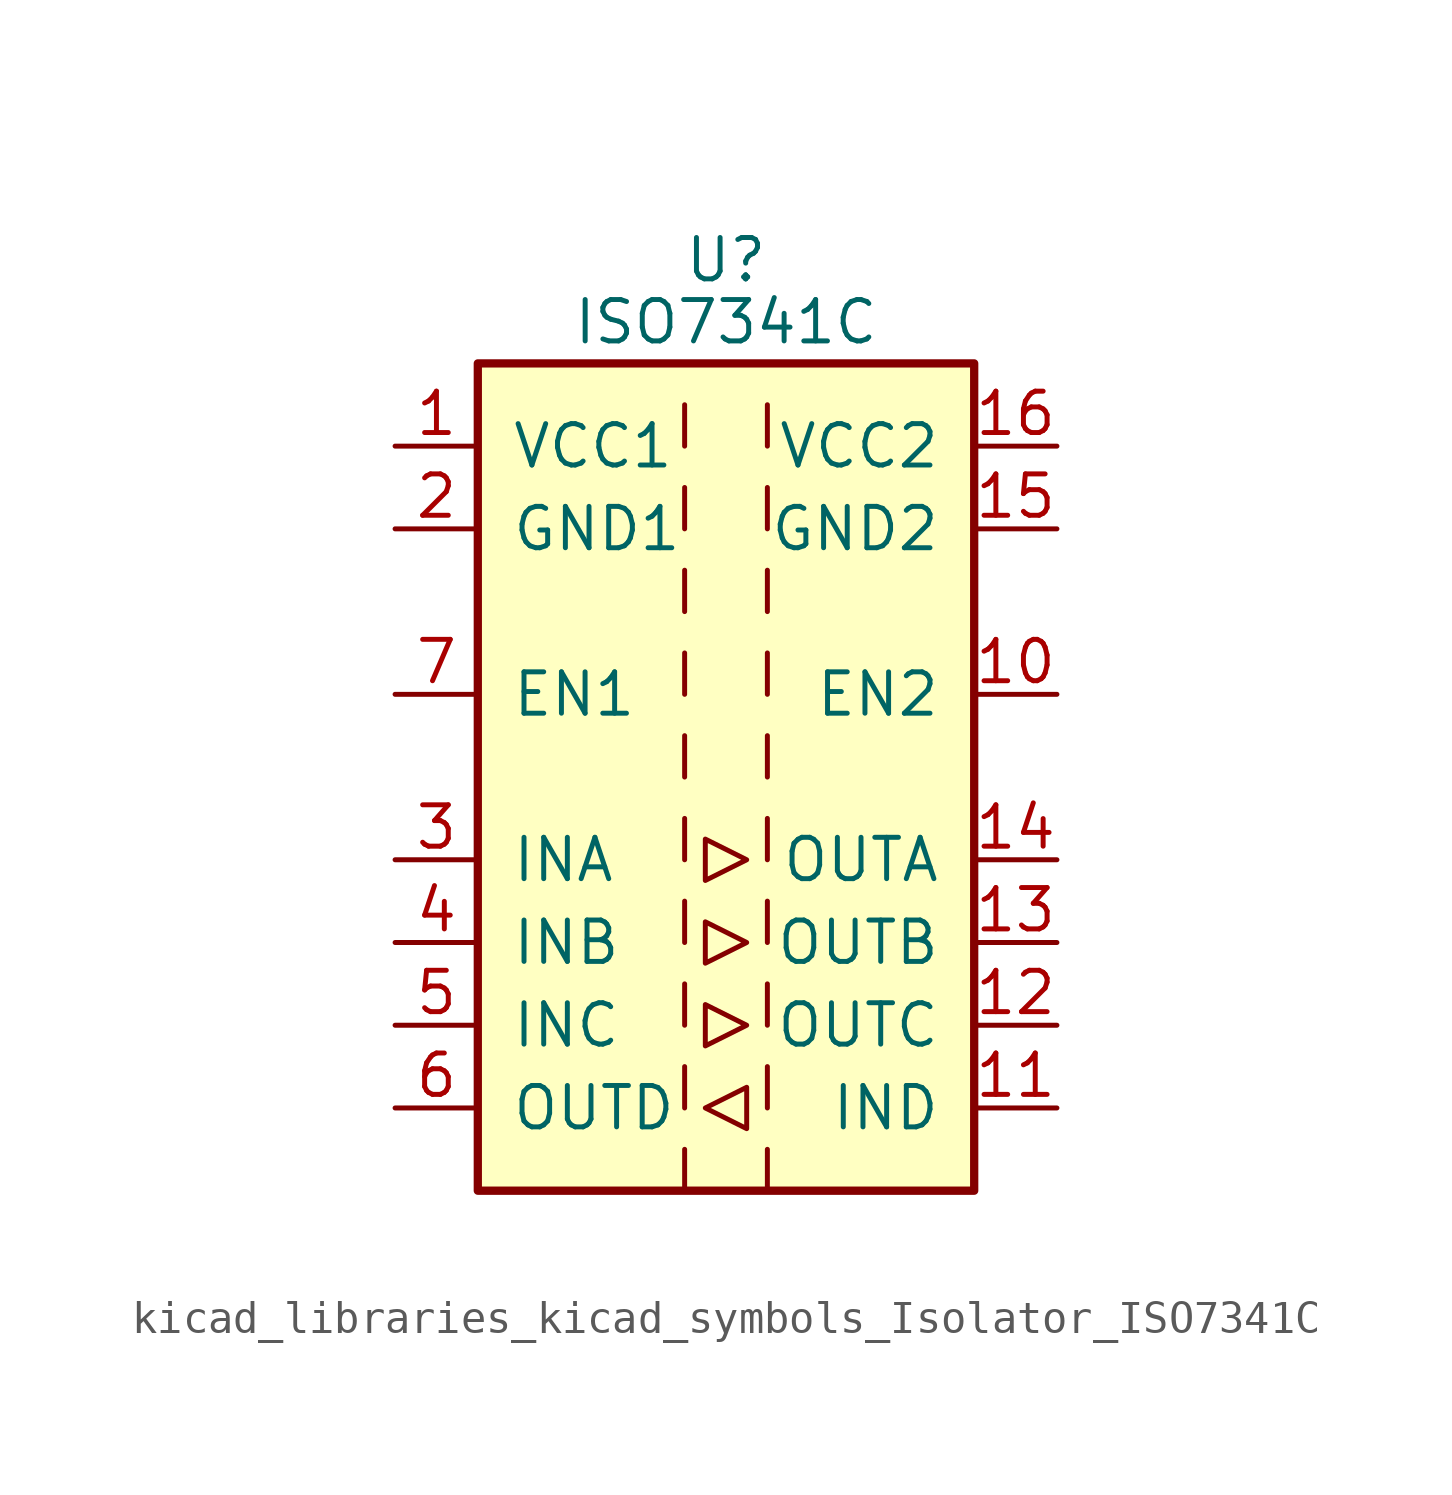
<source format=kicad_sym>
(kicad_symbol_lib
  (version 20220914)
  (generator kicad_symbol_editor)
  (symbol "kicad_libraries_kicad_symbols_Isolator_ISO7341C"
    (pin_names
      (offset 1.016))
    (property "Reference" "U"
      (at 0 15.875 0)
      (effects (font (size 1.27 1.27))))
    (property "Value" "ISO7341C"
      (at 0 13.97 0)
      (effects (font (size 1.27 1.27))))
    (symbol "kicad_libraries_kicad_symbols_Isolator_ISO7341C_0_1"
      (rectangle (start -7.62 12.7) (end 7.62 -12.7) (stroke (width 0.254) (type default)) (fill (type background)))
      (polyline (pts (xy -1.27 -11.43) (xy -1.27 -12.7)) (stroke (width 0) (type default)) (fill (type none)))
      (polyline (pts (xy -1.27 -8.89) (xy -1.27 -10.16)) (stroke (width 0) (type default)) (fill (type none)))
      (polyline (pts (xy -1.27 -6.35) (xy -1.27 -7.62)) (stroke (width 0) (type default)) (fill (type none)))
      (polyline (pts (xy -1.27 -3.81) (xy -1.27 -5.08)) (stroke (width 0) (type default)) (fill (type none)))
      (polyline (pts (xy -1.27 -1.27) (xy -1.27 -2.54)) (stroke (width 0) (type default)) (fill (type none)))
      (polyline (pts (xy -1.27 1.27) (xy -1.27 0)) (stroke (width 0) (type default)) (fill (type none)))
      (polyline (pts (xy -1.27 3.81) (xy -1.27 2.54)) (stroke (width 0) (type default)) (fill (type none)))
      (polyline (pts (xy -1.27 6.35) (xy -1.27 5.08)) (stroke (width 0) (type default)) (fill (type none)))
      (polyline (pts (xy -1.27 8.89) (xy -1.27 7.62)) (stroke (width 0) (type default)) (fill (type none)))
      (polyline (pts (xy -1.27 11.43) (xy -1.27 10.16)) (stroke (width 0) (type default)) (fill (type none)))
      (polyline (pts (xy 1.27 -11.43) (xy 1.27 -12.7)) (stroke (width 0) (type default)) (fill (type none)))
      (polyline (pts (xy 1.27 -8.89) (xy 1.27 -10.16)) (stroke (width 0) (type default)) (fill (type none)))
      (polyline (pts (xy 1.27 -6.35) (xy 1.27 -7.62)) (stroke (width 0) (type default)) (fill (type none)))
      (polyline (pts (xy 1.27 -3.81) (xy 1.27 -5.08)) (stroke (width 0) (type default)) (fill (type none)))
      (polyline (pts (xy 1.27 -1.27) (xy 1.27 -2.54)) (stroke (width 0) (type default)) (fill (type none)))
      (polyline (pts (xy 1.27 1.27) (xy 1.27 0)) (stroke (width 0) (type default)) (fill (type none)))
      (polyline (pts (xy 1.27 3.81) (xy 1.27 2.54)) (stroke (width 0) (type default)) (fill (type none)))
      (polyline (pts (xy 1.27 6.35) (xy 1.27 5.08)) (stroke (width 0) (type default)) (fill (type none)))
      (polyline (pts (xy 1.27 8.89) (xy 1.27 7.62)) (stroke (width 0) (type default)) (fill (type none)))
      (polyline (pts (xy 1.27 11.43) (xy 1.27 10.16)) (stroke (width 0) (type default)) (fill (type none)))
      (polyline (pts (xy -0.635 -10.16) (xy 0.635 -9.525) (xy 0.635 -10.795) (xy -0.635 -10.16)) (stroke (width 0) (type default)) (fill (type none)))
      (polyline (pts (xy -0.635 -6.985) (xy -0.635 -8.255) (xy 0.635 -7.62) (xy -0.635 -6.985)) (stroke (width 0) (type default)) (fill (type none)))
      (polyline (pts (xy -0.635 -4.445) (xy -0.635 -5.715) (xy 0.635 -5.08) (xy -0.635 -4.445)) (stroke (width 0) (type default)) (fill (type none)))
      (polyline (pts (xy -0.635 -1.905) (xy -0.635 -3.175) (xy 0.635 -2.54) (xy -0.635 -1.905)) (stroke (width 0) (type default)) (fill (type none))))
    (symbol "kicad_libraries_kicad_symbols_Isolator_ISO7341C_1_1"
      (pin power_in line (at -10.16 10.16 0) (length 2.54) (name "VCC1" (effects (font (size 1.27 1.27)))) (number "1" (effects (font (size 1.27 1.27)))))
      (pin input line (at 10.16 2.54 180) (length 2.54) (name "EN2" (effects (font (size 1.27 1.27)))) (number "10" (effects (font (size 1.27 1.27)))))
      (pin input line (at 10.16 -10.16 180) (length 2.54) (name "IND" (effects (font (size 1.27 1.27)))) (number "11" (effects (font (size 1.27 1.27)))))
      (pin output line (at 10.16 -7.62 180) (length 2.54) (name "OUTC" (effects (font (size 1.27 1.27)))) (number "12" (effects (font (size 1.27 1.27)))))
      (pin output line (at 10.16 -5.08 180) (length 2.54) (name "OUTB" (effects (font (size 1.27 1.27)))) (number "13" (effects (font (size 1.27 1.27)))))
      (pin output line (at 10.16 -2.54 180) (length 2.54) (name "OUTA" (effects (font (size 1.27 1.27)))) (number "14" (effects (font (size 1.27 1.27)))))
      (pin power_in line (at 10.16 7.62 180) (length 2.54) (name "GND2" (effects (font (size 1.27 1.27)))) (number "15" (effects (font (size 1.27 1.27)))))
      (pin power_in line (at 10.16 10.16 180) (length 2.54) (name "VCC2" (effects (font (size 1.27 1.27)))) (number "16" (effects (font (size 1.27 1.27)))))
      (pin power_in line (at -10.16 7.62 0) (length 2.54) (name "GND1" (effects (font (size 1.27 1.27)))) (number "2" (effects (font (size 1.27 1.27)))))
      (pin input line (at -10.16 -2.54 0) (length 2.54) (name "INA" (effects (font (size 1.27 1.27)))) (number "3" (effects (font (size 1.27 1.27)))))
      (pin input line (at -10.16 -5.08 0) (length 2.54) (name "INB" (effects (font (size 1.27 1.27)))) (number "4" (effects (font (size 1.27 1.27)))))
      (pin input line (at -10.16 -7.62 0) (length 2.54) (name "INC" (effects (font (size 1.27 1.27)))) (number "5" (effects (font (size 1.27 1.27)))))
      (pin output line (at -10.16 -10.16 0) (length 2.54) (name "OUTD" (effects (font (size 1.27 1.27)))) (number "6" (effects (font (size 1.27 1.27)))))
      (pin input line (at -10.16 2.54 0) (length 2.54) (name "EN1" (effects (font (size 1.27 1.27)))) (number "7" (effects (font (size 1.27 1.27)))))
      (pin passive line (at -10.16 7.62 0) (length 2.54) hide (name "GND1" (effects (font (size 1.27 1.27)))) (number "8" (effects (font (size 1.27 1.27)))))
      (pin passive line (at 10.16 7.62 180) (length 2.54) hide (name "GND2" (effects (font (size 1.27 1.27)))) (number "9" (effects (font (size 1.27 1.27))))))))
</source>
